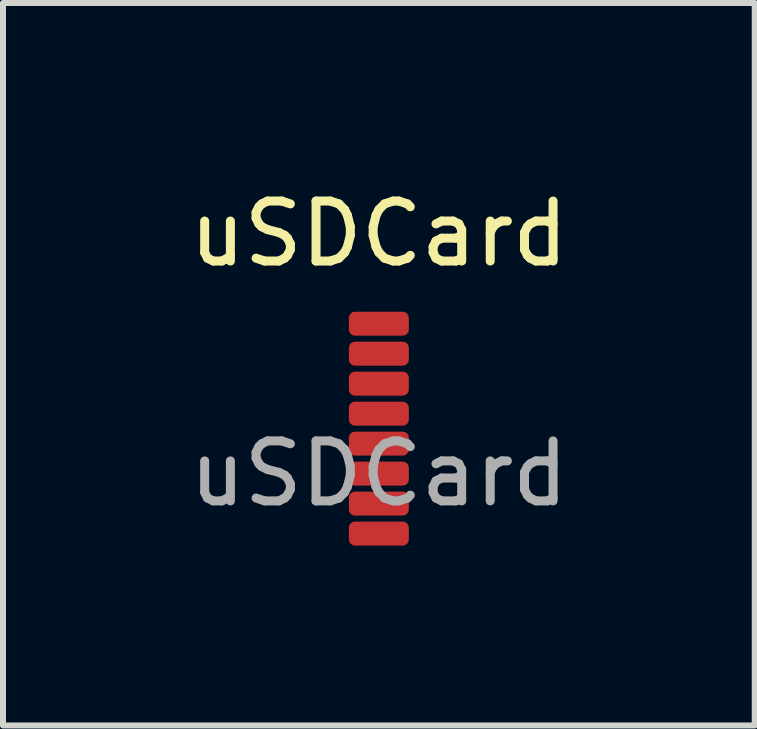
<source format=kicad_pcb>
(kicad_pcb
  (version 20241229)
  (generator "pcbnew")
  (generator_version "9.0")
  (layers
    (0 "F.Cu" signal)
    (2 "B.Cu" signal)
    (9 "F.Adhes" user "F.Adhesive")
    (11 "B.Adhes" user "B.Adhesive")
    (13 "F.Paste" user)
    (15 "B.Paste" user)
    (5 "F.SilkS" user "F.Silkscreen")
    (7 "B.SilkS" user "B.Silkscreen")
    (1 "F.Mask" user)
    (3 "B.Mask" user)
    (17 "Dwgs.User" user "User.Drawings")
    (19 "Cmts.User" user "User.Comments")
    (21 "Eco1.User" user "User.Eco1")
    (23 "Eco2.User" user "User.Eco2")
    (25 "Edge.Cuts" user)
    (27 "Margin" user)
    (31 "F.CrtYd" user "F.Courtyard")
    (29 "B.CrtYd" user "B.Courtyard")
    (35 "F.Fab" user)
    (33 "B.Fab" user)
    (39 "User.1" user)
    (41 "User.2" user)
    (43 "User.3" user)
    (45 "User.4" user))
  (footprint "uSDCard"
    (layer "F.Cu")
    (at 3.268 2.348)
    (property "Reference" "uSDCard" (at 0 -1.5 0) (unlocked yes) (layer "F.SilkS") (effects (font (size 1 1) (thickness 0.15))))
    (attr smd)
    (fp_text user "${REFERENCE}" (at 0 2.5 0) (unlocked yes) (layer "F.Fab") (effects (font (size 1 1) (thickness 0.15))))
    (pad "1" smd roundrect (at 0 0) (size 1 0.4) (layers "F.Cu" "F.Mask" "F.Paste") (roundrect_rratio 0.25))
    (pad "2" smd roundrect (at 0 0.5) (size 1 0.4) (layers "F.Cu" "F.Mask" "F.Paste") (roundrect_rratio 0.25))
    (pad "3" smd roundrect (at 0 1) (size 1 0.4) (layers "F.Cu" "F.Mask" "F.Paste") (roundrect_rratio 0.25))
    (pad "4" smd roundrect (at 0 1.5) (size 1 0.4) (layers "F.Cu" "F.Mask" "F.Paste") (roundrect_rratio 0.25))
    (pad "5" smd roundrect (at 0 2) (size 1 0.4) (layers "F.Cu" "F.Mask" "F.Paste") (roundrect_rratio 0.25))
    (pad "6" smd roundrect (at 0 2.5) (size 1 0.4) (layers "F.Cu" "F.Mask" "F.Paste") (roundrect_rratio 0.25))
    (pad "7" smd roundrect (at 0 3) (size 1 0.4) (layers "F.Cu" "F.Mask" "F.Paste") (roundrect_rratio 0.25))
    (pad "8" smd roundrect (at 0 3.5) (size 1 0.4) (layers "F.Cu" "F.Mask" "F.Paste") (roundrect_rratio 0.25)))
  (gr_rect
    (start -3 -3)
    (end 9.536 9.048)
    (stroke (width 0.1) (type default))
    (fill no)
    (layer "Edge.Cuts")))
</source>
